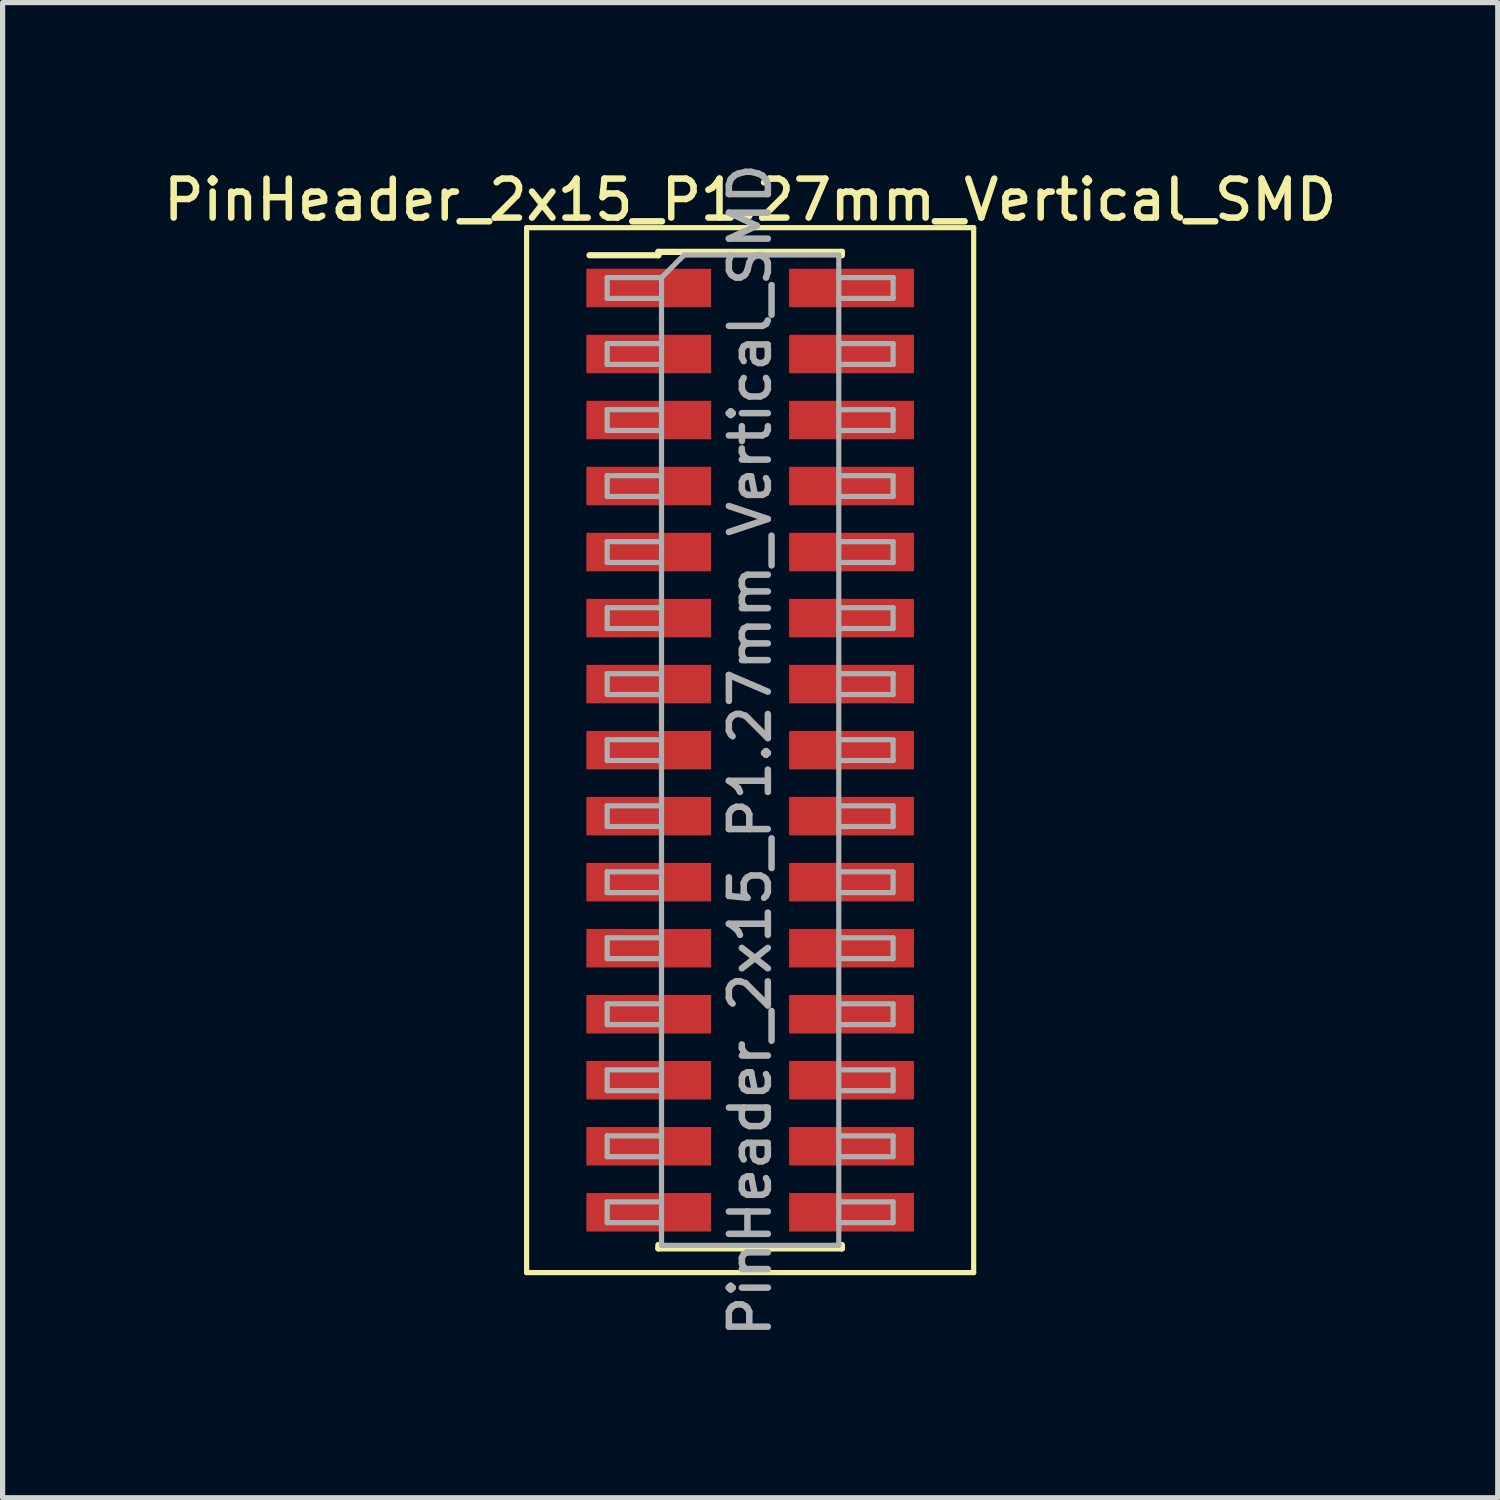
<source format=kicad_pcb>
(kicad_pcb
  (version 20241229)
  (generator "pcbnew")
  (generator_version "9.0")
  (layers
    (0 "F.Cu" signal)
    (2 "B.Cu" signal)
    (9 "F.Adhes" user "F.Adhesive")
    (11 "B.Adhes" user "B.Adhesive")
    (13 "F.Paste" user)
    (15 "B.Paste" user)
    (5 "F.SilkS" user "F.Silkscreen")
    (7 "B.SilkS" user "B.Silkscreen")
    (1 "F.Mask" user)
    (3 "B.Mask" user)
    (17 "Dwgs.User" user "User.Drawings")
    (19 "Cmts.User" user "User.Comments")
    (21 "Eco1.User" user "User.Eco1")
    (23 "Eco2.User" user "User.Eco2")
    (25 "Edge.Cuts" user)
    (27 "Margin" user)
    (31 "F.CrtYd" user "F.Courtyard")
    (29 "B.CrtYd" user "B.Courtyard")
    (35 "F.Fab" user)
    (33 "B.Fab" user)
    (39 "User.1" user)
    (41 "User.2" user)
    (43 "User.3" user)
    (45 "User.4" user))
  (footprint "PinHeader_2x15_P1.27mm_Vertical_SMD"
    (layer "F.Cu")
    (at 11.38 11.38)
    (property "Reference" "PinHeader_2x15_P1.27mm_Vertical_SMD" (at 0 -10.585 0) (layer "F.SilkS") (effects (font (size 0.75 0.75) (thickness 0.125))))
    (attr smd)
    (fp_line (start -4.3 -10.05) (end -4.3 10.05) (stroke (width 0.1) (type solid)) (layer "F.SilkS"))
    (fp_line (start -4.3 10.05) (end 4.3 10.05) (stroke (width 0.1) (type solid)) (layer "F.SilkS"))
    (fp_line (start -3.09 -9.52) (end -1.765 -9.52) (stroke (width 0.12) (type solid)) (layer "F.SilkS"))
    (fp_line (start -1.765 -9.585) (end -1.765 -9.52) (stroke (width 0.12) (type solid)) (layer "F.SilkS"))
    (fp_line (start -1.765 -9.585) (end 1.765 -9.585) (stroke (width 0.12) (type solid)) (layer "F.SilkS"))
    (fp_line (start -1.765 9.52) (end -1.765 9.585) (stroke (width 0.12) (type solid)) (layer "F.SilkS"))
    (fp_line (start -1.765 9.585) (end 1.765 9.585) (stroke (width 0.12) (type solid)) (layer "F.SilkS"))
    (fp_line (start 1.765 -9.585) (end 1.765 -9.52) (stroke (width 0.12) (type solid)) (layer "F.SilkS"))
    (fp_line (start 1.765 9.52) (end 1.765 9.585) (stroke (width 0.12) (type solid)) (layer "F.SilkS"))
    (fp_line (start 4.3 -10.05) (end -4.3 -10.05) (stroke (width 0.1) (type solid)) (layer "F.SilkS"))
    (fp_line (start 4.3 10.05) (end 4.3 -10.05) (stroke (width 0.1) (type solid)) (layer "F.SilkS"))
    (fp_line (start -2.75 -9.09) (end -2.75 -8.69) (stroke (width 0.1) (type solid)) (layer "F.Fab"))
    (fp_line (start -2.75 -8.69) (end -1.705 -8.69) (stroke (width 0.1) (type solid)) (layer "F.Fab"))
    (fp_line (start -2.75 -7.82) (end -2.75 -7.42) (stroke (width 0.1) (type solid)) (layer "F.Fab"))
    (fp_line (start -2.75 -7.42) (end -1.705 -7.42) (stroke (width 0.1) (type solid)) (layer "F.Fab"))
    (fp_line (start -2.75 -6.55) (end -2.75 -6.15) (stroke (width 0.1) (type solid)) (layer "F.Fab"))
    (fp_line (start -2.75 -6.15) (end -1.705 -6.15) (stroke (width 0.1) (type solid)) (layer "F.Fab"))
    (fp_line (start -2.75 -5.28) (end -2.75 -4.88) (stroke (width 0.1) (type solid)) (layer "F.Fab"))
    (fp_line (start -2.75 -4.88) (end -1.705 -4.88) (stroke (width 0.1) (type solid)) (layer "F.Fab"))
    (fp_line (start -2.75 -4.01) (end -2.75 -3.61) (stroke (width 0.1) (type solid)) (layer "F.Fab"))
    (fp_line (start -2.75 -3.61) (end -1.705 -3.61) (stroke (width 0.1) (type solid)) (layer "F.Fab"))
    (fp_line (start -2.75 -2.74) (end -2.75 -2.34) (stroke (width 0.1) (type solid)) (layer "F.Fab"))
    (fp_line (start -2.75 -2.34) (end -1.705 -2.34) (stroke (width 0.1) (type solid)) (layer "F.Fab"))
    (fp_line (start -2.75 -1.47) (end -2.75 -1.07) (stroke (width 0.1) (type solid)) (layer "F.Fab"))
    (fp_line (start -2.75 -1.07) (end -1.705 -1.07) (stroke (width 0.1) (type solid)) (layer "F.Fab"))
    (fp_line (start -2.75 -0.2) (end -2.75 0.2) (stroke (width 0.1) (type solid)) (layer "F.Fab"))
    (fp_line (start -2.75 0.2) (end -1.705 0.2) (stroke (width 0.1) (type solid)) (layer "F.Fab"))
    (fp_line (start -2.75 1.07) (end -2.75 1.47) (stroke (width 0.1) (type solid)) (layer "F.Fab"))
    (fp_line (start -2.75 1.47) (end -1.705 1.47) (stroke (width 0.1) (type solid)) (layer "F.Fab"))
    (fp_line (start -2.75 2.34) (end -2.75 2.74) (stroke (width 0.1) (type solid)) (layer "F.Fab"))
    (fp_line (start -2.75 2.74) (end -1.705 2.74) (stroke (width 0.1) (type solid)) (layer "F.Fab"))
    (fp_line (start -2.75 3.61) (end -2.75 4.01) (stroke (width 0.1) (type solid)) (layer "F.Fab"))
    (fp_line (start -2.75 4.01) (end -1.705 4.01) (stroke (width 0.1) (type solid)) (layer "F.Fab"))
    (fp_line (start -2.75 4.88) (end -2.75 5.28) (stroke (width 0.1) (type solid)) (layer "F.Fab"))
    (fp_line (start -2.75 5.28) (end -1.705 5.28) (stroke (width 0.1) (type solid)) (layer "F.Fab"))
    (fp_line (start -2.75 6.15) (end -2.75 6.55) (stroke (width 0.1) (type solid)) (layer "F.Fab"))
    (fp_line (start -2.75 6.55) (end -1.705 6.55) (stroke (width 0.1) (type solid)) (layer "F.Fab"))
    (fp_line (start -2.75 7.42) (end -2.75 7.82) (stroke (width 0.1) (type solid)) (layer "F.Fab"))
    (fp_line (start -2.75 7.82) (end -1.705 7.82) (stroke (width 0.1) (type solid)) (layer "F.Fab"))
    (fp_line (start -2.75 8.69) (end -2.75 9.09) (stroke (width 0.1) (type solid)) (layer "F.Fab"))
    (fp_line (start -2.75 9.09) (end -1.705 9.09) (stroke (width 0.1) (type solid)) (layer "F.Fab"))
    (fp_line (start -1.705 -9.09) (end -2.75 -9.09) (stroke (width 0.1) (type solid)) (layer "F.Fab"))
    (fp_line (start -1.705 -9.09) (end -1.27 -9.525) (stroke (width 0.1) (type solid)) (layer "F.Fab"))
    (fp_line (start -1.705 -7.82) (end -2.75 -7.82) (stroke (width 0.1) (type solid)) (layer "F.Fab"))
    (fp_line (start -1.705 -6.55) (end -2.75 -6.55) (stroke (width 0.1) (type solid)) (layer "F.Fab"))
    (fp_line (start -1.705 -5.28) (end -2.75 -5.28) (stroke (width 0.1) (type solid)) (layer "F.Fab"))
    (fp_line (start -1.705 -4.01) (end -2.75 -4.01) (stroke (width 0.1) (type solid)) (layer "F.Fab"))
    (fp_line (start -1.705 -2.74) (end -2.75 -2.74) (stroke (width 0.1) (type solid)) (layer "F.Fab"))
    (fp_line (start -1.705 -1.47) (end -2.75 -1.47) (stroke (width 0.1) (type solid)) (layer "F.Fab"))
    (fp_line (start -1.705 -0.2) (end -2.75 -0.2) (stroke (width 0.1) (type solid)) (layer "F.Fab"))
    (fp_line (start -1.705 1.07) (end -2.75 1.07) (stroke (width 0.1) (type solid)) (layer "F.Fab"))
    (fp_line (start -1.705 2.34) (end -2.75 2.34) (stroke (width 0.1) (type solid)) (layer "F.Fab"))
    (fp_line (start -1.705 3.61) (end -2.75 3.61) (stroke (width 0.1) (type solid)) (layer "F.Fab"))
    (fp_line (start -1.705 4.88) (end -2.75 4.88) (stroke (width 0.1) (type solid)) (layer "F.Fab"))
    (fp_line (start -1.705 6.15) (end -2.75 6.15) (stroke (width 0.1) (type solid)) (layer "F.Fab"))
    (fp_line (start -1.705 7.42) (end -2.75 7.42) (stroke (width 0.1) (type solid)) (layer "F.Fab"))
    (fp_line (start -1.705 8.69) (end -2.75 8.69) (stroke (width 0.1) (type solid)) (layer "F.Fab"))
    (fp_line (start -1.705 9.525) (end -1.705 -9.09) (stroke (width 0.1) (type solid)) (layer "F.Fab"))
    (fp_line (start -1.27 -9.525) (end 1.705 -9.525) (stroke (width 0.1) (type solid)) (layer "F.Fab"))
    (fp_line (start 1.705 -9.525) (end 1.705 9.525) (stroke (width 0.1) (type solid)) (layer "F.Fab"))
    (fp_line (start 1.705 -9.09) (end 2.75 -9.09) (stroke (width 0.1) (type solid)) (layer "F.Fab"))
    (fp_line (start 1.705 -7.82) (end 2.75 -7.82) (stroke (width 0.1) (type solid)) (layer "F.Fab"))
    (fp_line (start 1.705 -6.55) (end 2.75 -6.55) (stroke (width 0.1) (type solid)) (layer "F.Fab"))
    (fp_line (start 1.705 -5.28) (end 2.75 -5.28) (stroke (width 0.1) (type solid)) (layer "F.Fab"))
    (fp_line (start 1.705 -4.01) (end 2.75 -4.01) (stroke (width 0.1) (type solid)) (layer "F.Fab"))
    (fp_line (start 1.705 -2.74) (end 2.75 -2.74) (stroke (width 0.1) (type solid)) (layer "F.Fab"))
    (fp_line (start 1.705 -1.47) (end 2.75 -1.47) (stroke (width 0.1) (type solid)) (layer "F.Fab"))
    (fp_line (start 1.705 -0.2) (end 2.75 -0.2) (stroke (width 0.1) (type solid)) (layer "F.Fab"))
    (fp_line (start 1.705 1.07) (end 2.75 1.07) (stroke (width 0.1) (type solid)) (layer "F.Fab"))
    (fp_line (start 1.705 2.34) (end 2.75 2.34) (stroke (width 0.1) (type solid)) (layer "F.Fab"))
    (fp_line (start 1.705 3.61) (end 2.75 3.61) (stroke (width 0.1) (type solid)) (layer "F.Fab"))
    (fp_line (start 1.705 4.88) (end 2.75 4.88) (stroke (width 0.1) (type solid)) (layer "F.Fab"))
    (fp_line (start 1.705 6.15) (end 2.75 6.15) (stroke (width 0.1) (type solid)) (layer "F.Fab"))
    (fp_line (start 1.705 7.42) (end 2.75 7.42) (stroke (width 0.1) (type solid)) (layer "F.Fab"))
    (fp_line (start 1.705 8.69) (end 2.75 8.69) (stroke (width 0.1) (type solid)) (layer "F.Fab"))
    (fp_line (start 1.705 9.525) (end -1.705 9.525) (stroke (width 0.1) (type solid)) (layer "F.Fab"))
    (fp_line (start 2.75 -9.09) (end 2.75 -8.69) (stroke (width 0.1) (type solid)) (layer "F.Fab"))
    (fp_line (start 2.75 -8.69) (end 1.705 -8.69) (stroke (width 0.1) (type solid)) (layer "F.Fab"))
    (fp_line (start 2.75 -7.82) (end 2.75 -7.42) (stroke (width 0.1) (type solid)) (layer "F.Fab"))
    (fp_line (start 2.75 -7.42) (end 1.705 -7.42) (stroke (width 0.1) (type solid)) (layer "F.Fab"))
    (fp_line (start 2.75 -6.55) (end 2.75 -6.15) (stroke (width 0.1) (type solid)) (layer "F.Fab"))
    (fp_line (start 2.75 -6.15) (end 1.705 -6.15) (stroke (width 0.1) (type solid)) (layer "F.Fab"))
    (fp_line (start 2.75 -5.28) (end 2.75 -4.88) (stroke (width 0.1) (type solid)) (layer "F.Fab"))
    (fp_line (start 2.75 -4.88) (end 1.705 -4.88) (stroke (width 0.1) (type solid)) (layer "F.Fab"))
    (fp_line (start 2.75 -4.01) (end 2.75 -3.61) (stroke (width 0.1) (type solid)) (layer "F.Fab"))
    (fp_line (start 2.75 -3.61) (end 1.705 -3.61) (stroke (width 0.1) (type solid)) (layer "F.Fab"))
    (fp_line (start 2.75 -2.74) (end 2.75 -2.34) (stroke (width 0.1) (type solid)) (layer "F.Fab"))
    (fp_line (start 2.75 -2.34) (end 1.705 -2.34) (stroke (width 0.1) (type solid)) (layer "F.Fab"))
    (fp_line (start 2.75 -1.47) (end 2.75 -1.07) (stroke (width 0.1) (type solid)) (layer "F.Fab"))
    (fp_line (start 2.75 -1.07) (end 1.705 -1.07) (stroke (width 0.1) (type solid)) (layer "F.Fab"))
    (fp_line (start 2.75 -0.2) (end 2.75 0.2) (stroke (width 0.1) (type solid)) (layer "F.Fab"))
    (fp_line (start 2.75 0.2) (end 1.705 0.2) (stroke (width 0.1) (type solid)) (layer "F.Fab"))
    (fp_line (start 2.75 1.07) (end 2.75 1.47) (stroke (width 0.1) (type solid)) (layer "F.Fab"))
    (fp_line (start 2.75 1.47) (end 1.705 1.47) (stroke (width 0.1) (type solid)) (layer "F.Fab"))
    (fp_line (start 2.75 2.34) (end 2.75 2.74) (stroke (width 0.1) (type solid)) (layer "F.Fab"))
    (fp_line (start 2.75 2.74) (end 1.705 2.74) (stroke (width 0.1) (type solid)) (layer "F.Fab"))
    (fp_line (start 2.75 3.61) (end 2.75 4.01) (stroke (width 0.1) (type solid)) (layer "F.Fab"))
    (fp_line (start 2.75 4.01) (end 1.705 4.01) (stroke (width 0.1) (type solid)) (layer "F.Fab"))
    (fp_line (start 2.75 4.88) (end 2.75 5.28) (stroke (width 0.1) (type solid)) (layer "F.Fab"))
    (fp_line (start 2.75 5.28) (end 1.705 5.28) (stroke (width 0.1) (type solid)) (layer "F.Fab"))
    (fp_line (start 2.75 6.15) (end 2.75 6.55) (stroke (width 0.1) (type solid)) (layer "F.Fab"))
    (fp_line (start 2.75 6.55) (end 1.705 6.55) (stroke (width 0.1) (type solid)) (layer "F.Fab"))
    (fp_line (start 2.75 7.42) (end 2.75 7.82) (stroke (width 0.1) (type solid)) (layer "F.Fab"))
    (fp_line (start 2.75 7.82) (end 1.705 7.82) (stroke (width 0.1) (type solid)) (layer "F.Fab"))
    (fp_line (start 2.75 8.69) (end 2.75 9.09) (stroke (width 0.1) (type solid)) (layer "F.Fab"))
    (fp_line (start 2.75 9.09) (end 1.705 9.09) (stroke (width 0.1) (type solid)) (layer "F.Fab"))
    (fp_text user "${REFERENCE}" (at 0 0 90) (layer "F.Fab") (effects (font (size 0.75 0.75) (thickness 0.125))))
    (pad "1" smd rect (at -1.95 -8.89) (size 2.4 0.74) (layers "F.Cu" "F.Mask" "F.Paste"))
    (pad "2" smd rect (at 1.95 -8.89) (size 2.4 0.74) (layers "F.Cu" "F.Mask" "F.Paste"))
    (pad "3" smd rect (at -1.95 -7.62) (size 2.4 0.74) (layers "F.Cu" "F.Mask" "F.Paste"))
    (pad "4" smd rect (at 1.95 -7.62) (size 2.4 0.74) (layers "F.Cu" "F.Mask" "F.Paste"))
    (pad "5" smd rect (at -1.95 -6.35) (size 2.4 0.74) (layers "F.Cu" "F.Mask" "F.Paste"))
    (pad "6" smd rect (at 1.95 -6.35) (size 2.4 0.74) (layers "F.Cu" "F.Mask" "F.Paste"))
    (pad "7" smd rect (at -1.95 -5.08) (size 2.4 0.74) (layers "F.Cu" "F.Mask" "F.Paste"))
    (pad "8" smd rect (at 1.95 -5.08) (size 2.4 0.74) (layers "F.Cu" "F.Mask" "F.Paste"))
    (pad "9" smd rect (at -1.95 -3.81) (size 2.4 0.74) (layers "F.Cu" "F.Mask" "F.Paste"))
    (pad "10" smd rect (at 1.95 -3.81) (size 2.4 0.74) (layers "F.Cu" "F.Mask" "F.Paste"))
    (pad "11" smd rect (at -1.95 -2.54) (size 2.4 0.74) (layers "F.Cu" "F.Mask" "F.Paste"))
    (pad "12" smd rect (at 1.95 -2.54) (size 2.4 0.74) (layers "F.Cu" "F.Mask" "F.Paste"))
    (pad "13" smd rect (at -1.95 -1.27) (size 2.4 0.74) (layers "F.Cu" "F.Mask" "F.Paste"))
    (pad "14" smd rect (at 1.95 -1.27) (size 2.4 0.74) (layers "F.Cu" "F.Mask" "F.Paste"))
    (pad "15" smd rect (at -1.95 0) (size 2.4 0.74) (layers "F.Cu" "F.Mask" "F.Paste"))
    (pad "16" smd rect (at 1.95 0) (size 2.4 0.74) (layers "F.Cu" "F.Mask" "F.Paste"))
    (pad "17" smd rect (at -1.95 1.27) (size 2.4 0.74) (layers "F.Cu" "F.Mask" "F.Paste"))
    (pad "18" smd rect (at 1.95 1.27) (size 2.4 0.74) (layers "F.Cu" "F.Mask" "F.Paste"))
    (pad "19" smd rect (at -1.95 2.54) (size 2.4 0.74) (layers "F.Cu" "F.Mask" "F.Paste"))
    (pad "20" smd rect (at 1.95 2.54) (size 2.4 0.74) (layers "F.Cu" "F.Mask" "F.Paste"))
    (pad "21" smd rect (at -1.95 3.81) (size 2.4 0.74) (layers "F.Cu" "F.Mask" "F.Paste"))
    (pad "22" smd rect (at 1.95 3.81) (size 2.4 0.74) (layers "F.Cu" "F.Mask" "F.Paste"))
    (pad "23" smd rect (at -1.95 5.08) (size 2.4 0.74) (layers "F.Cu" "F.Mask" "F.Paste"))
    (pad "24" smd rect (at 1.95 5.08) (size 2.4 0.74) (layers "F.Cu" "F.Mask" "F.Paste"))
    (pad "25" smd rect (at -1.95 6.35) (size 2.4 0.74) (layers "F.Cu" "F.Mask" "F.Paste"))
    (pad "26" smd rect (at 1.95 6.35) (size 2.4 0.74) (layers "F.Cu" "F.Mask" "F.Paste"))
    (pad "27" smd rect (at -1.95 7.62) (size 2.4 0.74) (layers "F.Cu" "F.Mask" "F.Paste"))
    (pad "28" smd rect (at 1.95 7.62) (size 2.4 0.74) (layers "F.Cu" "F.Mask" "F.Paste"))
    (pad "29" smd rect (at -1.95 8.89) (size 2.4 0.74) (layers "F.Cu" "F.Mask" "F.Paste"))
    (pad "30" smd rect (at 1.95 8.89) (size 2.4 0.74) (layers "F.Cu" "F.Mask" "F.Paste")))
  (gr_rect
    (start -3 -3)
    (end 25.761 25.761)
    (stroke (width 0.1) (type default))
    (fill no)
    (layer "Edge.Cuts")))
</source>
